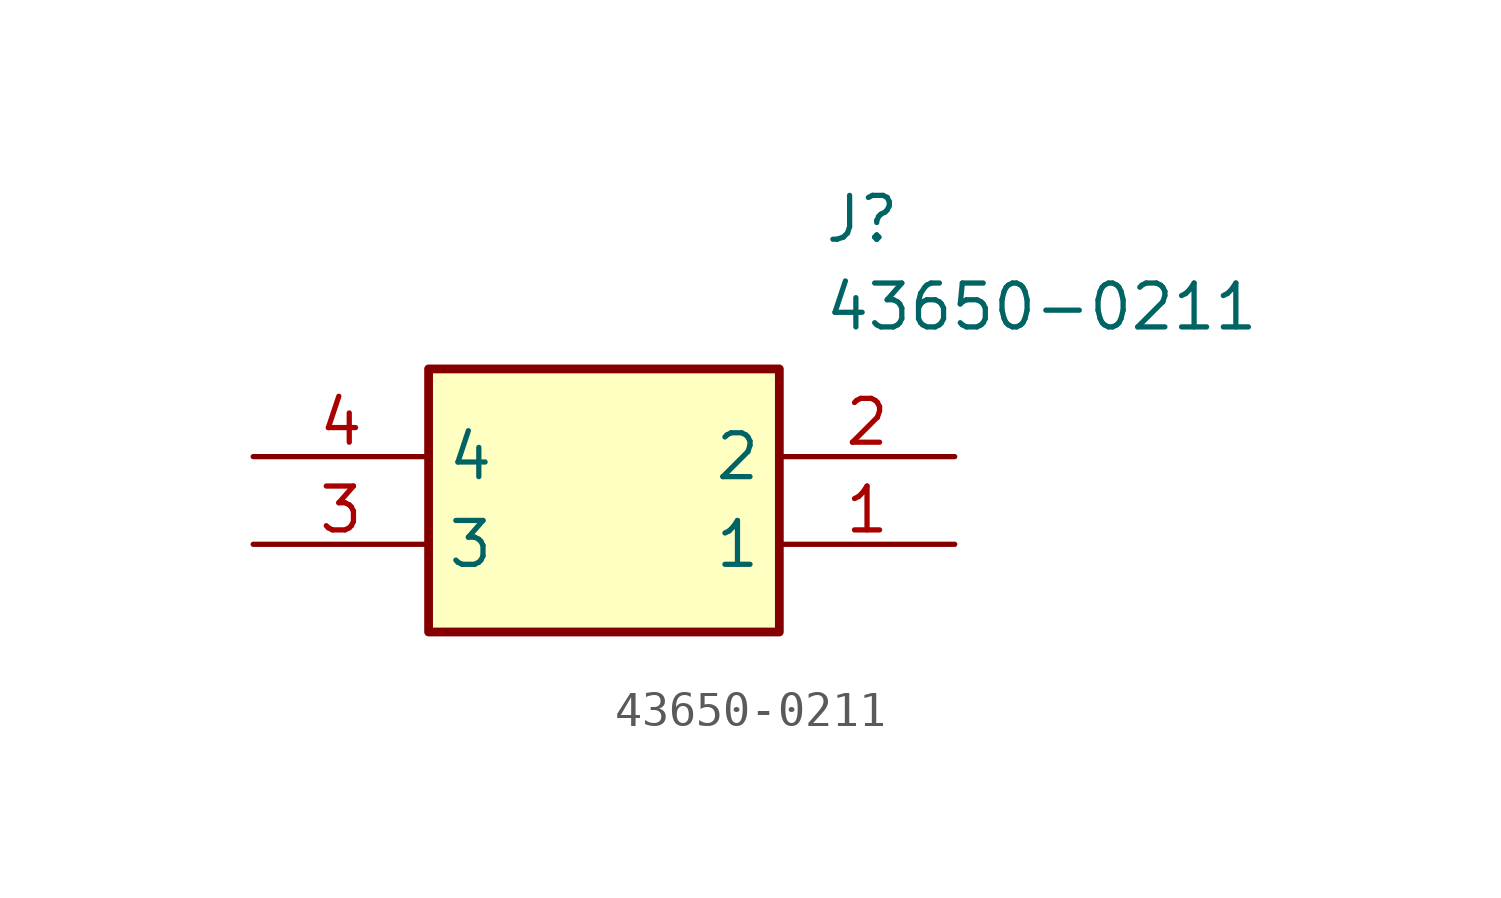
<source format=kicad_sym>
(kicad_symbol_lib
  (version 20211014)
  (generator SamacSys_ECAD_Model)
  (symbol "43650-0211"
    (property "Reference" "J"
      (at 16.51 7.62 0)
      (effects (font (size 1.27 1.27)) (justify left top)))
    (property "Value" "43650-0211"
      (at 16.51 5.08 0)
      (effects (font (size 1.27 1.27)) (justify left top)))
    (rectangle
      (start 5.08 2.54)
      (end 15.24 -5.08)
      (stroke (width 0.254) (type default))
      (fill (type background)))
    (pin passive line
      (at 20.32 -2.54 180)
      (length 5.08)
      (name "1" (effects (font (size 1.27 1.27))))
      (number "1" (effects (font (size 1.27 1.27)))))
    (pin passive line
      (at 20.32 0 180)
      (length 5.08)
      (name "2" (effects (font (size 1.27 1.27))))
      (number "2" (effects (font (size 1.27 1.27)))))
    (pin passive line
      (at 0 -2.54 0)
      (length 5.08)
      (name "3" (effects (font (size 1.27 1.27))))
      (number "3" (effects (font (size 1.27 1.27)))))
    (pin passive line
      (at 0 0 0)
      (length 5.08)
      (name "4" (effects (font (size 1.27 1.27))))
      (number "4" (effects (font (size 1.27 1.27)))))))
</source>
